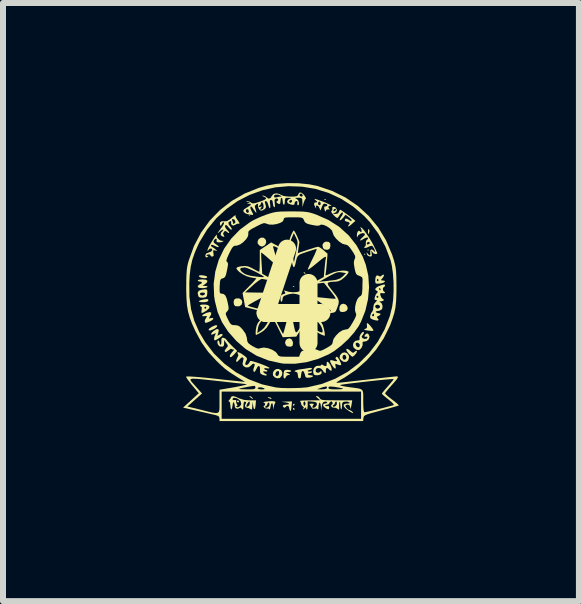
<source format=kicad_pcb>
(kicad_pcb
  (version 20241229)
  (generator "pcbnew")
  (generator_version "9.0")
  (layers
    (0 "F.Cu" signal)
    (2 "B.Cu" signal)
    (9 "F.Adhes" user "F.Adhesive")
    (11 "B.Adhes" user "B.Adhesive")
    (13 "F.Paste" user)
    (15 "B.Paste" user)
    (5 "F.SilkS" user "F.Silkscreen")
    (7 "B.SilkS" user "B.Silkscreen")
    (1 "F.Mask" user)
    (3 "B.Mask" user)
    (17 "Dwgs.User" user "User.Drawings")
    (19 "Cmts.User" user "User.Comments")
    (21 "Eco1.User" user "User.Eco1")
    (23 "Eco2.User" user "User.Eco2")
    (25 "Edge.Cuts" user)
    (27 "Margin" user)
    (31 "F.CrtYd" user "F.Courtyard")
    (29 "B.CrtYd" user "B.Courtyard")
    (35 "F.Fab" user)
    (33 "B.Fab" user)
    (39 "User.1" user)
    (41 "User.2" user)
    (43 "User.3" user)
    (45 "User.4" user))
  (footprint "4"
    (layer "F.Cu")
    (at 1.803 1.985)
    (property "Reference" "4" (at 0 0 0) (layer "F.SilkS") (effects (font (size 1.5 1.5) (thickness 0.3))))
    (attr board_only exclude_from_pos_files exclude_from_bom)
    (fp_poly (pts (xy -0.689 -1.442) (xy -0.698 -1.433) (xy -0.708 -1.442) (xy -0.698 -1.451)) (stroke (width 0) (type solid)) (fill yes) (layer "F.SilkS"))
    (fp_poly (pts (xy 0.272 -0.209) (xy 0.263 -0.2) (xy 0.254 -0.209) (xy 0.263 -0.218)) (stroke (width 0) (type solid)) (fill yes) (layer "F.SilkS"))
    (fp_poly (pts (xy 0.048 -0.266) (xy 0.046 -0.255) (xy 0.036 -0.254) (xy 0.021 -0.261) (xy 0.024 -0.266) (xy 0.046 -0.268)) (stroke (width 0) (type solid)) (fill yes) (layer "F.SilkS"))
    (fp_poly (pts (xy 0.23 -0.248) (xy 0.232 -0.226) (xy 0.23 -0.224) (xy 0.219 -0.226) (xy 0.218 -0.236) (xy 0.224 -0.251)) (stroke (width 0) (type solid)) (fill yes) (layer "F.SilkS"))
    (fp_poly (pts (xy 0.575 -1.718) (xy 0.572 -1.707) (xy 0.562 -1.705) (xy 0.547 -1.712) (xy 0.55 -1.718) (xy 0.572 -1.72)) (stroke (width 0) (type solid)) (fill yes) (layer "F.SilkS"))
    (fp_poly (pts (xy 1.228 -0.81) (xy 1.23 -0.789) (xy 1.228 -0.786) (xy 1.217 -0.789) (xy 1.216 -0.798) (xy 1.222 -0.813)) (stroke (width 0) (type solid)) (fill yes) (layer "F.SilkS"))
    (fp_poly (pts (xy 1.282 -0.883) (xy 1.284 -0.861) (xy 1.282 -0.859) (xy 1.271 -0.861) (xy 1.27 -0.871) (xy 1.277 -0.886)) (stroke (width 0) (type solid)) (fill yes) (layer "F.SilkS"))
    (fp_poly (pts (xy -0.668 1.573) (xy -0.653 1.587) (xy -0.637 1.611) (xy -0.648 1.609) (xy -0.679 1.587) (xy -0.699 1.567) (xy -0.695 1.56)) (stroke (width 0) (type solid)) (fill yes) (layer "F.SilkS"))
    (fp_poly (pts (xy -0.135 -0.26) (xy -0.138 -0.246) (xy -0.153 -0.22) (xy -0.162 -0.225) (xy -0.163 -0.235) (xy -0.15 -0.259) (xy -0.145 -0.263)) (stroke (width 0) (type solid)) (fill yes) (layer "F.SilkS"))
    (fp_poly (pts (xy 0.215 -0.501) (xy 0.234 -0.484) (xy 0.236 -0.48) (xy 0.227 -0.472) (xy 0.209 -0.489) (xy 0.207 -0.493) (xy 0.205 -0.505)) (stroke (width 0) (type solid)) (fill yes) (layer "F.SilkS"))
    (fp_poly (pts (xy -0.871 1.647) (xy -0.871 1.651) (xy -0.885 1.669) (xy -0.889 1.669) (xy -0.907 1.655) (xy -0.907 1.651) (xy -0.893 1.633) (xy -0.889 1.633)) (stroke (width 0) (type solid)) (fill yes) (layer "F.SilkS"))
    (fp_poly (pts (xy -0.345 1.588) (xy -0.336 1.597) (xy -0.329 1.611) (xy -0.339 1.61) (xy -0.372 1.597) (xy -0.395 1.585) (xy -0.384 1.58) (xy -0.378 1.58)) (stroke (width 0) (type solid)) (fill yes) (layer "F.SilkS"))
    (fp_poly (pts (xy -0.133 -0.496) (xy -0.136 -0.49) (xy -0.153 -0.473) (xy -0.156 -0.472) (xy -0.158 -0.483) (xy -0.154 -0.49) (xy -0.137 -0.507) (xy -0.134 -0.508)) (stroke (width 0) (type solid)) (fill yes) (layer "F.SilkS"))
    (fp_poly (pts (xy 0.054 1.773) (xy 0.054 1.778) (xy 0.048 1.796) (xy 0.046 1.796) (xy 0.031 1.783) (xy 0.027 1.778) (xy 0.029 1.761) (xy 0.035 1.76)) (stroke (width 0) (type solid)) (fill yes) (layer "F.SilkS"))
    (fp_poly (pts (xy 0.054 1.701) (xy 0.054 1.705) (xy 0.04 1.723) (xy 0.035 1.724) (xy 0.024 1.712) (xy 0.027 1.705) (xy 0.044 1.688) (xy 0.046 1.687)) (stroke (width 0) (type solid)) (fill yes) (layer "F.SilkS"))
    (fp_poly (pts (xy 1.294 -1.217) (xy 1.302 -1.184) (xy 1.294 -1.158) (xy 1.282 -1.134) (xy 1.277 -1.14) (xy 1.276 -1.176) (xy 1.28 -1.215) (xy 1.293 -1.218)) (stroke (width 0) (type solid)) (fill yes) (layer "F.SilkS"))
    (fp_poly (pts (xy 0.316 -0.367) (xy 0.305 -0.336) (xy 0.285 -0.303) (xy 0.265 -0.289) (xy 0.255 -0.299) (xy 0.255 -0.304) (xy 0.265 -0.329) (xy 0.288 -0.36) (xy 0.31 -0.38) (xy 0.315 -0.381)) (stroke (width 0) (type solid)) (fill yes) (layer "F.SilkS"))
    (fp_poly (pts (xy -1.449 -0.445) (xy -1.414 -0.434) (xy -1.401 -0.422) (xy -1.41 -0.406) (xy -1.446 -0.401) (xy -1.5 -0.409) (xy -1.51 -0.412) (xy -1.537 -0.427) (xy -1.542 -0.438) (xy -1.527 -0.449) (xy -1.492 -0.451)) (stroke (width 0) (type solid)) (fill yes) (layer "F.SilkS"))
    (fp_poly (pts (xy -0.219 -0.366) (xy -0.211 -0.349) (xy -0.195 -0.309) (xy -0.189 -0.295) (xy -0.189 -0.275) (xy -0.195 -0.272) (xy -0.214 -0.287) (xy -0.233 -0.318) (xy -0.25 -0.359) (xy -0.252 -0.377) (xy -0.238 -0.381)) (stroke (width 0) (type solid)) (fill yes) (layer "F.SilkS"))
    (fp_poly (pts (xy 0.624 -1.005) (xy 0.647 -0.982) (xy 0.65 -0.937) (xy 0.639 -0.895) (xy 0.613 -0.877) (xy 0.595 -0.874) (xy 0.549 -0.881) (xy 0.527 -0.905) (xy 0.517 -0.953) (xy 0.536 -0.991) (xy 0.574 -1.011)) (stroke (width 0) (type solid)) (fill yes) (layer "F.SilkS"))
    (fp_poly (pts (xy -1.385 -0.048) (xy -1.384 -0.027) (xy -1.387 -0.019) (xy -1.41 -0.008) (xy -1.451 -0.001) (xy -1.495 -0.001) (xy -1.53 -0.007) (xy -1.542 -0.017) (xy -1.526 -0.029) (xy -1.489 -0.041) (xy -1.443 -0.05) (xy -1.403 -0.053)) (stroke (width 0) (type solid)) (fill yes) (layer "F.SilkS"))
    (fp_poly (pts (xy -1.234 0.389) (xy -1.241 0.41) (xy -1.272 0.435) (xy -1.287 0.444) (xy -1.343 0.468) (xy -1.373 0.468) (xy -1.379 0.454) (xy -1.364 0.435) (xy -1.329 0.411) (xy -1.288 0.391) (xy -1.255 0.381) (xy -1.253 0.381)) (stroke (width 0) (type solid)) (fill yes) (layer "F.SilkS"))
    (fp_poly (pts (xy -0.865 -0.064) (xy -0.829 -0.039) (xy -0.816 -0.001) (xy -0.831 0.043) (xy -0.87 0.067) (xy -0.923 0.066) (xy -0.939 0.061) (xy -0.955 0.038) (xy -0.962 -0.001) (xy -0.954 -0.043) (xy -0.924 -0.063) (xy -0.916 -0.065)) (stroke (width 0) (type solid)) (fill yes) (layer "F.SilkS"))
    (fp_poly (pts (xy 0.007 0.621) (xy 0.026 0.665) (xy 0.027 0.682) (xy 0.021 0.722) (xy -0.004 0.738) (xy -0.02 0.74) (xy -0.064 0.735) (xy -0.089 0.718) (xy -0.106 0.674) (xy -0.091 0.63) (xy -0.068 0.61) (xy -0.027 0.6)) (stroke (width 0) (type solid)) (fill yes) (layer "F.SilkS"))
    (fp_poly (pts (xy -0.454 -1.07) (xy -0.424 -1.038) (xy -0.419 -0.994) (xy -0.438 -0.955) (xy -0.452 -0.944) (xy -0.483 -0.929) (xy -0.504 -0.93) (xy -0.531 -0.945) (xy -0.56 -0.977) (xy -0.562 -1.016) (xy -0.544 -1.052) (xy -0.511 -1.075) (xy -0.469 -1.077)) (stroke (width 0) (type solid)) (fill yes) (layer "F.SilkS"))
    (fp_poly (pts (xy 0.902 0.035) (xy 0.93 0.065) (xy 0.939 0.104) (xy 0.925 0.137) (xy 0.891 0.157) (xy 0.847 0.163) (xy 0.812 0.153) (xy 0.81 0.151) (xy 0.799 0.118) (xy 0.803 0.074) (xy 0.823 0.039) (xy 0.825 0.037) (xy 0.864 0.023)) (stroke (width 0) (type solid)) (fill yes) (layer "F.SilkS"))
    (fp_poly (pts (xy 0.96 0.79) (xy 0.979 0.807) (xy 1.013 0.836) (xy 1.034 0.841) (xy 1.052 0.826) (xy 1.078 0.808) (xy 1.092 0.809) (xy 1.092 0.827) (xy 1.074 0.857) (xy 1.048 0.887) (xy 1.023 0.906) (xy 1.016 0.907) (xy 0.998 0.895) (xy 0.965 0.866) (xy 0.954 0.854) (xy 0.922 0.812) (xy 0.914 0.783) (xy 0.928 0.774)) (stroke (width 0) (type solid)) (fill yes) (layer "F.SilkS"))
    (fp_poly (pts (xy 1.284 0.359) (xy 1.313 0.389) (xy 1.342 0.425) (xy 1.363 0.457) (xy 1.367 0.475) (xy 1.366 0.475) (xy 1.341 0.477) (xy 1.294 0.473) (xy 1.27 0.47) (xy 1.223 0.462) (xy 1.209 0.455) (xy 1.224 0.447) (xy 1.229 0.445) (xy 1.258 0.426) (xy 1.26 0.392) (xy 1.259 0.388) (xy 1.256 0.356) (xy 1.263 0.346)) (stroke (width 0) (type solid)) (fill yes) (layer "F.SilkS"))
    (fp_poly (pts (xy -0.018 1.131) (xy -0.001 1.144) (xy -0.014 1.157) (xy -0.05 1.162) (xy -0.1 1.163) (xy -0.054 1.184) (xy -0.023 1.198) (xy -0.024 1.206) (xy -0.05 1.211) (xy -0.082 1.226) (xy -0.091 1.244) (xy -0.104 1.267) (xy -0.114 1.27) (xy -0.129 1.256) (xy -0.131 1.212) (xy -0.13 1.197) (xy -0.123 1.151) (xy -0.109 1.13) (xy -0.076 1.125) (xy -0.062 1.125)) (stroke (width 0) (type solid)) (fill yes) (layer "F.SilkS"))
    (fp_poly (pts (xy -0.169 1.131) (xy -0.149 1.172) (xy -0.159 1.223) (xy -0.192 1.261) (xy -0.238 1.266) (xy -0.277 1.25) (xy -0.306 1.217) (xy -0.307 1.191) (xy -0.266 1.191) (xy -0.261 1.218) (xy -0.239 1.231) (xy -0.216 1.216) (xy -0.203 1.182) (xy -0.208 1.15) (xy -0.224 1.143) (xy -0.252 1.158) (xy -0.266 1.191) (xy -0.307 1.191) (xy -0.308 1.176) (xy -0.289 1.138) (xy -0.253 1.113) (xy -0.216 1.11)) (stroke (width 0) (type solid)) (fill yes) (layer "F.SilkS"))
    (fp_poly (pts (xy 0.927 0.848) (xy 0.955 0.883) (xy 0.962 0.916) (xy 0.948 0.966) (xy 0.915 0.993) (xy 0.87 0.992) (xy 0.825 0.961) (xy 0.803 0.927) (xy 0.806 0.912) (xy 0.851 0.912) (xy 0.86 0.943) (xy 0.865 0.95) (xy 0.891 0.958) (xy 0.911 0.938) (xy 0.916 0.915) (xy 0.902 0.883) (xy 0.884 0.874) (xy 0.861 0.883) (xy 0.851 0.912) (xy 0.806 0.912) (xy 0.808 0.891) (xy 0.813 0.88) (xy 0.845 0.844) (xy 0.887 0.834)) (stroke (width 0) (type solid)) (fill yes) (layer "F.SilkS"))
    (fp_poly (pts (xy -1.421 -0.375) (xy -1.397 -0.357) (xy -1.407 -0.329) (xy -1.438 -0.303) (xy -1.479 -0.274) (xy -1.438 -0.273) (xy -1.402 -0.268) (xy -1.396 -0.257) (xy -1.415 -0.245) (xy -1.454 -0.237) (xy -1.479 -0.236) (xy -1.533 -0.24) (xy -1.558 -0.253) (xy -1.56 -0.262) (xy -1.545 -0.288) (xy -1.524 -0.299) (xy -1.495 -0.316) (xy -1.488 -0.328) (xy -1.503 -0.342) (xy -1.524 -0.345) (xy -1.553 -0.352) (xy -1.56 -0.363) (xy -1.544 -0.374) (xy -1.503 -0.38) (xy -1.479 -0.381)) (stroke (width 0) (type solid)) (fill yes) (layer "F.SilkS"))
    (fp_poly (pts (xy 0.776 0.922) (xy 0.798 0.956) (xy 0.818 0.998) (xy 0.83 1.033) (xy 0.828 1.046) (xy 0.805 1.048) (xy 0.771 1.037) (xy 0.739 1.025) (xy 0.731 1.035) (xy 0.736 1.062) (xy 0.74 1.097) (xy 0.727 1.105) (xy 0.703 1.084) (xy 0.672 1.041) (xy 0.647 0.991) (xy 0.647 0.966) (xy 0.674 0.964) (xy 0.708 0.974) (xy 0.746 0.983) (xy 0.763 0.976) (xy 0.754 0.959) (xy 0.744 0.952) (xy 0.734 0.931) (xy 0.747 0.911) (xy 0.759 0.907)) (stroke (width 0) (type solid)) (fill yes) (layer "F.SilkS"))
    (fp_poly (pts (xy -1.412 -0.214) (xy -1.4 -0.194) (xy -1.4 -0.152) (xy -1.4 -0.15) (xy -1.407 -0.105) (xy -1.425 -0.084) (xy -1.464 -0.077) (xy -1.472 -0.076) (xy -1.522 -0.078) (xy -1.547 -0.096) (xy -1.549 -0.1) (xy -1.557 -0.136) (xy -1.523 -0.136) (xy -1.511 -0.12) (xy -1.482 -0.112) (xy -1.45 -0.124) (xy -1.438 -0.141) (xy -1.447 -0.158) (xy -1.477 -0.163) (xy -1.516 -0.156) (xy -1.523 -0.136) (xy -1.557 -0.136) (xy -1.561 -0.155) (xy -1.545 -0.19) (xy -1.504 -0.206) (xy -1.444 -0.216)) (stroke (width 0) (type solid)) (fill yes) (layer "F.SilkS"))
    (fp_poly (pts (xy -1.335 0.171) (xy -1.336 0.201) (xy -1.355 0.236) (xy -1.373 0.264) (xy -1.368 0.27) (xy -1.347 0.264) (xy -1.31 0.26) (xy -1.299 0.272) (xy -1.313 0.293) (xy -1.351 0.316) (xy -1.353 0.317) (xy -1.4 0.336) (xy -1.423 0.343) (xy -1.435 0.338) (xy -1.442 0.327) (xy -1.441 0.301) (xy -1.424 0.266) (xy -1.406 0.236) (xy -1.413 0.227) (xy -1.442 0.231) (xy -1.479 0.233) (xy -1.486 0.222) (xy -1.466 0.202) (xy -1.422 0.179) (xy -1.416 0.177) (xy -1.362 0.163)) (stroke (width 0) (type solid)) (fill yes) (layer "F.SilkS"))
    (fp_poly (pts (xy -1.425 0.039) (xy -1.389 0.047) (xy -1.363 0.069) (xy -1.37 0.1) (xy -1.41 0.136) (xy -1.422 0.144) (xy -1.47 0.172) (xy -1.494 0.178) (xy -1.499 0.161) (xy -1.494 0.127) (xy -1.492 0.091) (xy -1.451 0.091) (xy -1.438 0.108) (xy -1.433 0.109) (xy -1.416 0.095) (xy -1.415 0.091) (xy -1.429 0.073) (xy -1.433 0.073) (xy -1.451 0.086) (xy -1.451 0.091) (xy -1.492 0.091) (xy -1.492 0.085) (xy -1.504 0.073) (xy -1.523 0.06) (xy -1.524 0.054) (xy -1.508 0.042) (xy -1.471 0.037)) (stroke (width 0) (type solid)) (fill yes) (layer "F.SilkS"))
    (fp_poly (pts (xy -1.209 0.474) (xy -1.223 0.53) (xy -1.225 0.535) (xy -1.232 0.559) (xy -1.221 0.554) (xy -1.215 0.549) (xy -1.182 0.53) (xy -1.154 0.528) (xy -1.143 0.543) (xy -1.157 0.561) (xy -1.19 0.587) (xy -1.23 0.614) (xy -1.265 0.632) (xy -1.277 0.635) (xy -1.287 0.62) (xy -1.288 0.607) (xy -1.28 0.568) (xy -1.269 0.542) (xy -1.257 0.517) (xy -1.269 0.517) (xy -1.288 0.526) (xy -1.326 0.54) (xy -1.339 0.531) (xy -1.326 0.507) (xy -1.297 0.479) (xy -1.248 0.448) (xy -1.218 0.446)) (stroke (width 0) (type solid)) (fill yes) (layer "F.SilkS"))
    (fp_poly (pts (xy 0.004 1.719) (xy -0.002 1.776) (xy -0.008 1.804) (xy -0.015 1.809) (xy -0.023 1.803) (xy -0.034 1.776) (xy -0.036 1.757) (xy -0.049 1.73) (xy -0.074 1.724) (xy -0.094 1.743) (xy -0.095 1.745) (xy -0.113 1.757) (xy -0.124 1.753) (xy -0.145 1.73) (xy -0.133 1.713) (xy -0.092 1.705) (xy -0.091 1.705) (xy -0.048 1.701) (xy -0.037 1.689) (xy -0.056 1.676) (xy -0.101 1.666) (xy -0.113 1.664) (xy -0.153 1.66) (xy -0.161 1.658) (xy -0.136 1.656) (xy -0.09 1.654) (xy 0.011 1.651)) (stroke (width 0) (type solid)) (fill yes) (layer "F.SilkS"))
    (fp_poly (pts (xy 1.543 -0.453) (xy 1.535 -0.427) (xy 1.512 -0.396) (xy 1.493 -0.371) (xy 1.502 -0.364) (xy 1.523 -0.363) (xy 1.555 -0.357) (xy 1.558 -0.344) (xy 1.538 -0.328) (xy 1.5 -0.316) (xy 1.473 -0.312) (xy 1.425 -0.31) (xy 1.403 -0.318) (xy 1.397 -0.345) (xy 1.397 -0.368) (xy 1.423 -0.368) (xy 1.425 -0.362) (xy 1.443 -0.346) (xy 1.451 -0.364) (xy 1.451 -0.373) (xy 1.443 -0.392) (xy 1.433 -0.39) (xy 1.423 -0.368) (xy 1.397 -0.368) (xy 1.397 -0.37) (xy 1.404 -0.422) (xy 1.423 -0.448) (xy 1.449 -0.444) (xy 1.456 -0.438) (xy 1.481 -0.429) (xy 1.509 -0.448) (xy 1.534 -0.463)) (stroke (width 0) (type solid)) (fill yes) (layer "F.SilkS"))
    (fp_poly (pts (xy -0.113 -0.196) (xy -0.1 -0.191) (xy -0.04 -0.174) (xy 0.029 -0.167) (xy 0.093 -0.171) (xy 0.127 -0.181) (xy 0.16 -0.192) (xy 0.18 -0.189) (xy 0.179 -0.175) (xy 0.166 -0.165) (xy 0.159 -0.151) (xy 0.185 -0.135) (xy 0.198 -0.13) (xy 0.237 -0.111) (xy 0.251 -0.082) (xy 0.251 -0.051) (xy 0.249 -0.014) (xy 0.246 -0.012) (xy 0.241 -0.039) (xy 0.229 -0.073) (xy 0.199 -0.097) (xy 0.15 -0.117) (xy 0.078 -0.138) (xy 0.022 -0.144) (xy -0.037 -0.135) (xy -0.075 -0.124) (xy -0.123 -0.105) (xy -0.143 -0.08) (xy -0.145 -0.062) (xy -0.152 -0.024) (xy -0.163 -0.009) (xy -0.176 -0.017) (xy -0.181 -0.053) (xy -0.181 -0.06) (xy -0.177 -0.105) (xy -0.157 -0.127) (xy -0.134 -0.135) (xy -0.103 -0.146) (xy -0.102 -0.163) (xy -0.112 -0.177) (xy -0.126 -0.197)) (stroke (width 0) (type solid)) (fill yes) (layer "F.SilkS"))
    (fp_poly (pts (xy 0.345 1.104) (xy 0.33 1.121) (xy 0.308 1.125) (xy 0.279 1.133) (xy 0.272 1.144) (xy 0.286 1.155) (xy 0.308 1.152) (xy 0.338 1.15) (xy 0.345 1.16) (xy 0.33 1.176) (xy 0.308 1.179) (xy 0.279 1.187) (xy 0.272 1.197) (xy 0.288 1.211) (xy 0.318 1.216) (xy 0.355 1.221) (xy 0.361 1.233) (xy 0.338 1.247) (xy 0.299 1.255) (xy 0.256 1.257) (xy 0.236 1.243) (xy 0.225 1.205) (xy 0.225 1.203) (xy 0.208 1.156) (xy 0.187 1.143) (xy 0.17 1.162) (xy 0.163 1.206) (xy 0.157 1.253) (xy 0.139 1.27) (xy 0.136 1.27) (xy 0.114 1.254) (xy 0.109 1.216) (xy 0.101 1.172) (xy 0.082 1.161) (xy 0.057 1.153) (xy 0.054 1.145) (xy 0.071 1.134) (xy 0.112 1.123) (xy 0.148 1.117) (xy 0.213 1.108) (xy 0.273 1.098) (xy 0.293 1.094) (xy 0.333 1.093)) (stroke (width 0) (type solid)) (fill yes) (layer "F.SilkS"))
    (fp_poly (pts (xy -0.28 1.65) (xy -0.265 1.664) (xy -0.27 1.676) (xy -0.285 1.708) (xy -0.295 1.751) (xy -0.3 1.78) (xy -0.303 1.778) (xy -0.305 1.741) (xy -0.306 1.734) (xy -0.312 1.69) (xy -0.324 1.679) (xy -0.338 1.701) (xy -0.35 1.751) (xy -0.356 1.782) (xy -0.36 1.786) (xy -0.36 1.784) (xy -0.377 1.771) (xy -0.396 1.772) (xy -0.434 1.766) (xy -0.453 1.752) (xy -0.458 1.742) (xy -0.435 1.742) (xy -0.431 1.758) (xy -0.41 1.756) (xy -0.392 1.749) (xy -0.371 1.729) (xy -0.363 1.698) (xy -0.369 1.674) (xy -0.381 1.669) (xy -0.397 1.684) (xy -0.399 1.696) (xy -0.409 1.721) (xy -0.417 1.724) (xy -0.435 1.737) (xy -0.435 1.742) (xy -0.458 1.742) (xy -0.465 1.728) (xy -0.456 1.724) (xy -0.437 1.712) (xy -0.438 1.689) (xy -0.456 1.669) (xy -0.467 1.666) (xy -0.47 1.663) (xy -0.442 1.657) (xy -0.408 1.652) (xy -0.329 1.646)) (stroke (width 0) (type solid)) (fill yes) (layer "F.SilkS"))
    (fp_poly (pts (xy 0.615 0.997) (xy 0.64 1.03) (xy 0.652 1.051) (xy 0.67 1.098) (xy 0.672 1.131) (xy 0.66 1.142) (xy 0.637 1.127) (xy 0.627 1.115) (xy 0.599 1.094) (xy 0.578 1.103) (xy 0.574 1.137) (xy 0.575 1.143) (xy 0.576 1.173) (xy 0.56 1.177) (xy 0.537 1.158) (xy 0.523 1.135) (xy 0.495 1.105) (xy 0.457 1.093) (xy 0.421 1.102) (xy 0.403 1.13) (xy 0.41 1.16) (xy 0.436 1.175) (xy 0.465 1.169) (xy 0.473 1.16) (xy 0.492 1.145) (xy 0.505 1.157) (xy 0.502 1.187) (xy 0.502 1.188) (xy 0.478 1.206) (xy 0.437 1.216) (xy 0.395 1.213) (xy 0.375 1.203) (xy 0.366 1.178) (xy 0.363 1.141) (xy 0.377 1.095) (xy 0.411 1.063) (xy 0.453 1.056) (xy 0.463 1.059) (xy 0.489 1.055) (xy 0.495 1.047) (xy 0.508 1.035) (xy 0.531 1.049) (xy 0.564 1.064) (xy 0.587 1.055) (xy 0.588 1.026) (xy 0.588 1.026) (xy 0.59 0.997) (xy 0.597 0.99)) (stroke (width 0) (type solid)) (fill yes) (layer "F.SilkS"))
    (fp_poly (pts (xy -1.099 0.604) (xy -1.081 0.624) (xy -1.058 0.654) (xy -1.017 0.698) (xy -0.982 0.734) (xy -0.902 0.81) (xy -0.956 0.871) (xy -0.994 0.907) (xy -1.017 0.915) (xy -1.024 0.909) (xy -1.022 0.88) (xy -0.994 0.838) (xy -0.986 0.83) (xy -0.96 0.799) (xy -0.952 0.786) (xy -0.956 0.787) (xy -0.982 0.786) (xy -0.989 0.779) (xy -1.01 0.775) (xy -1.044 0.799) (xy -1.082 0.825) (xy -1.107 0.826) (xy -1.111 0.806) (xy -1.088 0.77) (xy -1.087 0.769) (xy -1.061 0.737) (xy -1.059 0.715) (xy -1.074 0.694) (xy -1.101 0.657) (xy -1.113 0.635) (xy -1.119 0.632) (xy -1.12 0.659) (xy -1.12 0.671) (xy -1.122 0.717) (xy -1.139 0.737) (xy -1.148 0.74) (xy -1.19 0.735) (xy -1.207 0.725) (xy -1.227 0.696) (xy -1.233 0.662) (xy -1.225 0.638) (xy -1.216 0.635) (xy -1.201 0.65) (xy -1.197 0.671) (xy -1.19 0.701) (xy -1.179 0.708) (xy -1.168 0.692) (xy -1.165 0.653) (xy -1.166 0.649) (xy -1.165 0.607) (xy -1.149 0.591) (xy -1.136 0.59)) (stroke (width 0) (type solid)) (fill yes) (layer "F.SilkS"))
    (fp_poly (pts (xy 1.208 0.494) (xy 1.208 0.516) (xy 1.191 0.542) (xy 1.171 0.569) (xy 1.177 0.588) (xy 1.188 0.598) (xy 1.221 0.611) (xy 1.254 0.605) (xy 1.27 0.583) (xy 1.27 0.582) (xy 1.257 0.571) (xy 1.243 0.574) (xy 1.22 0.574) (xy 1.219 0.555) (xy 1.24 0.529) (xy 1.24 0.528) (xy 1.267 0.518) (xy 1.288 0.536) (xy 1.302 0.575) (xy 1.289 0.616) (xy 1.255 0.646) (xy 1.223 0.653) (xy 1.19 0.658) (xy 1.185 0.677) (xy 1.187 0.683) (xy 1.186 0.718) (xy 1.168 0.759) (xy 1.14 0.789) (xy 1.12 0.797) (xy 1.082 0.789) (xy 1.075 0.786) (xy 1.038 0.756) (xy 1.026 0.715) (xy 1.03 0.695) (xy 1.07 0.695) (xy 1.082 0.728) (xy 1.092 0.74) (xy 1.119 0.751) (xy 1.138 0.735) (xy 1.138 0.702) (xy 1.137 0.7) (xy 1.116 0.677) (xy 1.089 0.672) (xy 1.072 0.687) (xy 1.07 0.695) (xy 1.03 0.695) (xy 1.036 0.673) (xy 1.066 0.643) (xy 1.1 0.635) (xy 1.132 0.63) (xy 1.137 0.609) (xy 1.135 0.601) (xy 1.137 0.57) (xy 1.153 0.534) (xy 1.177 0.503) (xy 1.2 0.491)) (stroke (width 0) (type solid)) (fill yes) (layer "F.SilkS"))
    (fp_poly (pts (xy 0.422 -1.714) (xy 0.484 -1.692) (xy 0.497 -1.688) (xy 0.566 -1.661) (xy 0.622 -1.636) (xy 0.656 -1.618) (xy 0.661 -1.614) (xy 0.668 -1.602) (xy 0.649 -1.607) (xy 0.624 -1.605) (xy 0.616 -1.584) (xy 0.628 -1.56) (xy 0.64 -1.553) (xy 0.643 -1.547) (xy 0.622 -1.549) (xy 0.587 -1.544) (xy 0.576 -1.527) (xy 0.57 -1.508) (xy 0.561 -1.522) (xy 0.557 -1.53) (xy 0.545 -1.574) (xy 0.555 -1.594) (xy 0.572 -1.597) (xy 0.596 -1.606) (xy 0.599 -1.615) (xy 0.593 -1.632) (xy 0.591 -1.633) (xy 0.57 -1.638) (xy 0.557 -1.643) (xy 0.534 -1.638) (xy 0.513 -1.601) (xy 0.506 -1.584) (xy 0.491 -1.542) (xy 0.482 -1.531) (xy 0.475 -1.549) (xy 0.472 -1.56) (xy 0.453 -1.597) (xy 0.43 -1.611) (xy 0.408 -1.608) (xy 0.41 -1.584) (xy 0.415 -1.563) (xy 0.405 -1.574) (xy 0.402 -1.579) (xy 0.38 -1.624) (xy 0.381 -1.651) (xy 0.444 -1.651) (xy 0.447 -1.627) (xy 0.449 -1.626) (xy 0.475 -1.615) (xy 0.489 -1.635) (xy 0.49 -1.641) (xy 0.48 -1.671) (xy 0.474 -1.677) (xy 0.456 -1.673) (xy 0.444 -1.651) (xy 0.381 -1.651) (xy 0.382 -1.654) (xy 0.395 -1.662) (xy 0.426 -1.666) (xy 0.431 -1.667) (xy 0.428 -1.679) (xy 0.403 -1.702) (xy 0.399 -1.705) (xy 0.383 -1.72) (xy 0.389 -1.723)) (stroke (width 0) (type solid)) (fill yes) (layer "F.SilkS"))
    (fp_poly (pts (xy -1.239 -1.113) (xy -1.242 -1.107) (xy -1.24 -1.083) (xy -1.216 -1.053) (xy -1.183 -1.03) (xy -1.153 -1.023) (xy -1.15 -1.023) (xy -1.132 -1.024) (xy -1.134 -1.016) (xy -1.158 -1.003) (xy -1.2 -0.998) (xy -1.239 -1.002) (xy -1.247 -1.019) (xy -1.246 -1.024) (xy -1.244 -1.054) (xy -1.26 -1.061) (xy -1.283 -1.042) (xy -1.288 -1.035) (xy -1.297 -1.007) (xy -1.282 -0.985) (xy -1.253 -0.965) (xy -1.219 -0.94) (xy -1.208 -0.922) (xy -1.209 -0.92) (xy -1.231 -0.92) (xy -1.268 -0.936) (xy -1.272 -0.938) (xy -1.311 -0.955) (xy -1.336 -0.956) (xy -1.337 -0.955) (xy -1.337 -0.936) (xy -1.324 -0.925) (xy -1.289 -0.902) (xy -1.261 -0.88) (xy -1.237 -0.859) (xy -1.242 -0.856) (xy -1.267 -0.863) (xy -1.296 -0.868) (xy -1.304 -0.854) (xy -1.298 -0.818) (xy -1.293 -0.778) (xy -1.307 -0.763) (xy -1.338 -0.764) (xy -1.348 -0.779) (xy -1.347 -0.782) (xy -1.358 -0.795) (xy -1.379 -0.798) (xy -1.408 -0.79) (xy -1.415 -0.779) (xy -1.404 -0.769) (xy -1.394 -0.773) (xy -1.382 -0.775) (xy -1.386 -0.765) (xy -1.41 -0.745) (xy -1.429 -0.757) (xy -1.433 -0.781) (xy -1.42 -0.812) (xy -1.38 -0.828) (xy -1.338 -0.844) (xy -1.317 -0.867) (xy -1.322 -0.888) (xy -1.334 -0.896) (xy -1.363 -0.891) (xy -1.378 -0.875) (xy -1.392 -0.854) (xy -1.396 -0.866) (xy -1.396 -0.873) (xy -1.388 -0.899) (xy -1.365 -0.944) (xy -1.334 -0.997) (xy -1.3 -1.051) (xy -1.27 -1.096) (xy -1.248 -1.122) (xy -1.242 -1.125)) (stroke (width 0) (type solid)) (fill yes) (layer "F.SilkS"))
    (fp_poly (pts (xy -0.878 0.833) (xy -0.84 0.851) (xy -0.807 0.873) (xy -0.762 0.907) (xy -0.741 0.93) (xy -0.74 0.952) (xy -0.754 0.981) (xy -0.769 1.022) (xy -0.762 1.043) (xy -0.759 1.045) (xy -0.735 1.042) (xy -0.706 1.015) (xy -0.686 0.978) (xy -0.668 0.977) (xy -0.626 0.988) (xy -0.568 1.006) (xy -0.505 1.028) (xy -0.444 1.052) (xy -0.395 1.074) (xy -0.367 1.09) (xy -0.363 1.095) (xy -0.378 1.103) (xy -0.408 1.099) (xy -0.443 1.097) (xy -0.454 1.106) (xy -0.439 1.123) (xy -0.426 1.125) (xy -0.402 1.135) (xy -0.399 1.144) (xy -0.413 1.155) (xy -0.435 1.152) (xy -0.465 1.149) (xy -0.469 1.162) (xy -0.448 1.183) (xy -0.432 1.191) (xy -0.407 1.208) (xy -0.411 1.218) (xy -0.437 1.219) (xy -0.477 1.209) (xy -0.511 1.19) (xy -0.523 1.161) (xy -0.522 1.128) (xy -0.525 1.078) (xy -0.54 1.059) (xy -0.562 1.073) (xy -0.58 1.106) (xy -0.6 1.144) (xy -0.618 1.161) (xy -0.619 1.161) (xy -0.633 1.147) (xy -0.632 1.112) (xy -0.617 1.07) (xy -0.609 1.036) (xy -0.624 1.021) (xy -0.65 1.03) (xy -0.668 1.049) (xy -0.707 1.081) (xy -0.755 1.086) (xy -0.797 1.063) (xy -0.799 1.06) (xy -0.814 1.027) (xy -0.805 0.983) (xy -0.804 0.979) (xy -0.796 0.936) (xy -0.809 0.917) (xy -0.837 0.925) (xy -0.869 0.958) (xy -0.9 0.99) (xy -0.918 0.991) (xy -0.919 0.966) (xy -0.901 0.926) (xy -0.883 0.883) (xy -0.889 0.862) (xy -0.9 0.84) (xy -0.897 0.833)) (stroke (width 0) (type solid)) (fill yes) (layer "F.SilkS"))
    (fp_poly (pts (xy 0.731 -1.581) (xy 0.736 -1.578) (xy 0.76 -1.541) (xy 0.75 -1.507) (xy 0.721 -1.488) (xy 0.695 -1.477) (xy 0.701 -1.472) (xy 0.732 -1.471) (xy 0.775 -1.479) (xy 0.793 -1.506) (xy 0.805 -1.535) (xy 0.814 -1.542) (xy 0.832 -1.532) (xy 0.869 -1.507) (xy 0.917 -1.472) (xy 0.969 -1.434) (xy 1.017 -1.397) (xy 1.052 -1.369) (xy 1.067 -1.355) (xy 1.067 -1.354) (xy 1.051 -1.342) (xy 1.018 -1.313) (xy 1.002 -1.298) (xy 0.967 -1.271) (xy 0.946 -1.262) (xy 0.943 -1.266) (xy 0.957 -1.293) (xy 0.962 -1.297) (xy 0.973 -1.317) (xy 0.957 -1.335) (xy 0.924 -1.343) (xy 0.895 -1.354) (xy 0.889 -1.37) (xy 0.9 -1.394) (xy 0.929 -1.391) (xy 0.963 -1.369) (xy 0.992 -1.352) (xy 1.005 -1.358) (xy 0.999 -1.379) (xy 0.97 -1.408) (xy 0.959 -1.417) (xy 0.902 -1.458) (xy 0.86 -1.405) (xy 0.83 -1.374) (xy 0.809 -1.364) (xy 0.806 -1.365) (xy 0.808 -1.386) (xy 0.828 -1.42) (xy 0.832 -1.425) (xy 0.855 -1.463) (xy 0.86 -1.491) (xy 0.859 -1.493) (xy 0.841 -1.495) (xy 0.813 -1.466) (xy 0.78 -1.415) (xy 0.766 -1.404) (xy 0.744 -1.414) (xy 0.707 -1.449) (xy 0.707 -1.449) (xy 0.672 -1.491) (xy 0.664 -1.516) (xy 0.671 -1.524) (xy 0.677 -1.534) (xy 0.701 -1.534) (xy 0.702 -1.516) (xy 0.718 -1.518) (xy 0.741 -1.536) (xy 0.744 -1.544) (xy 0.734 -1.56) (xy 0.714 -1.553) (xy 0.701 -1.534) (xy 0.677 -1.534) (xy 0.685 -1.547) (xy 0.682 -1.557) (xy 0.681 -1.58) (xy 0.701 -1.59)) (stroke (width 0) (type solid)) (fill yes) (layer "F.SilkS"))
    (fp_poly (pts (xy 1.177 -1.236) (xy 1.213 -1.195) (xy 1.255 -1.137) (xy 1.301 -1.067) (xy 1.345 -0.994) (xy 1.369 -0.948) (xy 1.399 -0.887) (xy 1.422 -0.84) (xy 1.433 -0.815) (xy 1.433 -0.813) (xy 1.418 -0.806) (xy 1.399 -0.803) (xy 1.366 -0.816) (xy 1.346 -0.84) (xy 1.334 -0.862) (xy 1.332 -0.854) (xy 1.337 -0.821) (xy 1.341 -0.78) (xy 1.329 -0.764) (xy 1.31 -0.762) (xy 1.275 -0.775) (xy 1.263 -0.791) (xy 1.253 -0.825) (xy 1.257 -0.831) (xy 1.271 -0.812) (xy 1.296 -0.784) (xy 1.314 -0.786) (xy 1.316 -0.818) (xy 1.314 -0.824) (xy 1.314 -0.864) (xy 1.332 -0.882) (xy 1.36 -0.87) (xy 1.37 -0.859) (xy 1.391 -0.837) (xy 1.395 -0.846) (xy 1.383 -0.882) (xy 1.376 -0.897) (xy 1.356 -0.931) (xy 1.333 -0.941) (xy 1.295 -0.929) (xy 1.269 -0.916) (xy 1.234 -0.904) (xy 1.214 -0.907) (xy 1.217 -0.922) (xy 1.232 -0.933) (xy 1.241 -0.957) (xy 1.239 -0.981) (xy 1.239 -0.983) (xy 1.256 -0.983) (xy 1.261 -0.964) (xy 1.278 -0.964) (xy 1.304 -0.979) (xy 1.307 -0.989) (xy 1.295 -1.006) (xy 1.271 -1.002) (xy 1.256 -0.983) (xy 1.239 -0.983) (xy 1.244 -1.023) (xy 1.261 -1.041) (xy 1.281 -1.064) (xy 1.273 -1.078) (xy 1.245 -1.077) (xy 1.205 -1.058) (xy 1.197 -1.052) (xy 1.159 -1.03) (xy 1.144 -1.032) (xy 1.154 -1.052) (xy 1.188 -1.085) (xy 1.191 -1.088) (xy 1.224 -1.121) (xy 1.222 -1.144) (xy 1.191 -1.153) (xy 1.15 -1.142) (xy 1.115 -1.117) (xy 1.101 -1.094) (xy 1.095 -1.079) (xy 1.091 -1.099) (xy 1.091 -1.107) (xy 1.095 -1.153) (xy 1.11 -1.184) (xy 1.129 -1.193) (xy 1.141 -1.182) (xy 1.158 -1.168) (xy 1.17 -1.178) (xy 1.17 -1.208) (xy 1.16 -1.225) (xy 1.149 -1.247) (xy 1.154 -1.251)) (stroke (width 0) (type solid)) (fill yes) (layer "F.SilkS"))
    (fp_poly (pts (xy -0.928 -1.443) (xy -0.931 -1.44) (xy -0.927 -1.42) (xy -0.907 -1.384) (xy -0.893 -1.365) (xy -0.868 -1.327) (xy -0.864 -1.31) (xy -0.871 -1.31) (xy -0.906 -1.307) (xy -0.927 -1.294) (xy -0.964 -1.278) (xy -0.993 -1.286) (xy -1.005 -1.315) (xy -1.003 -1.326) (xy -1.002 -1.351) (xy -1.023 -1.35) (xy -1.023 -1.35) (xy -1.049 -1.329) (xy -1.043 -1.296) (xy -1.015 -1.259) (xy -0.993 -1.228) (xy -0.994 -1.209) (xy -0.995 -1.209) (xy -1.015 -1.214) (xy -1.041 -1.243) (xy -1.042 -1.243) (xy -1.068 -1.275) (xy -1.089 -1.288) (xy -1.106 -1.276) (xy -1.101 -1.248) (xy -1.078 -1.214) (xy -1.07 -1.206) (xy -1.043 -1.176) (xy -1.034 -1.156) (xy -1.045 -1.152) (xy -1.068 -1.168) (xy -1.095 -1.188) (xy -1.115 -1.182) (xy -1.124 -1.171) (xy -1.138 -1.141) (xy -1.125 -1.116) (xy -1.114 -1.094) (xy -1.132 -1.092) (xy -1.157 -1.101) (xy -1.178 -1.124) (xy -1.171 -1.158) (xy -1.152 -1.18) (xy -1.133 -1.202) (xy -1.134 -1.212) (xy -1.152 -1.208) (xy -1.184 -1.185) (xy -1.192 -1.178) (xy -1.222 -1.152) (xy -1.229 -1.15) (xy -1.216 -1.171) (xy -1.215 -1.173) (xy -1.185 -1.215) (xy -1.15 -1.263) (xy -1.147 -1.267) (xy -1.123 -1.308) (xy -1.123 -1.332) (xy -1.125 -1.333) (xy -1.144 -1.328) (xy -1.159 -1.303) (xy -1.173 -1.275) (xy -1.182 -1.279) (xy -1.189 -1.295) (xy -1.189 -1.33) (xy -1.162 -1.35) (xy -1.115 -1.35) (xy -1.111 -1.349) (xy -1.072 -1.352) (xy -1.049 -1.366) (xy -0.988 -1.366) (xy -0.981 -1.353) (xy -0.97 -1.327) (xy -0.974 -1.318) (xy -0.972 -1.307) (xy -0.966 -1.306) (xy -0.938 -1.32) (xy -0.934 -1.325) (xy -0.934 -1.352) (xy -0.951 -1.378) (xy -0.975 -1.388) (xy -0.983 -1.386) (xy -0.988 -1.366) (xy -1.049 -1.366) (xy -1.023 -1.381) (xy -1.006 -1.395) (xy -0.966 -1.428) (xy -0.937 -1.449) (xy -0.931 -1.451)) (stroke (width 0) (type solid)) (fill yes) (layer "F.SilkS"))
    (fp_poly (pts (xy -0.913 1.58) (xy -0.88 1.597) (xy -0.787 1.626) (xy -0.699 1.633) (xy -0.589 1.633) (xy -0.596 1.716) (xy -0.604 1.767) (xy -0.616 1.782) (xy -0.629 1.764) (xy -0.639 1.711) (xy -0.64 1.705) (xy -0.644 1.67) (xy -0.647 1.667) (xy -0.649 1.698) (xy -0.65 1.723) (xy -0.654 1.771) (xy -0.662 1.788) (xy -0.675 1.782) (xy -0.712 1.762) (xy -0.728 1.76) (xy -0.764 1.748) (xy -0.771 1.73) (xy -0.751 1.73) (xy -0.743 1.74) (xy -0.729 1.738) (xy -0.703 1.718) (xy -0.693 1.692) (xy -0.694 1.658) (xy -0.708 1.655) (xy -0.73 1.682) (xy -0.738 1.698) (xy -0.751 1.73) (xy -0.771 1.73) (xy -0.774 1.72) (xy -0.764 1.698) (xy -0.753 1.672) (xy -0.756 1.663) (xy -0.78 1.651) (xy -0.794 1.674) (xy -0.799 1.728) (xy -0.801 1.774) (xy -0.807 1.789) (xy -0.82 1.779) (xy -0.823 1.774) (xy -0.848 1.754) (xy -0.867 1.763) (xy -0.896 1.774) (xy -0.927 1.766) (xy -0.942 1.743) (xy -0.941 1.737) (xy -0.945 1.703) (xy -0.954 1.678) (xy -0.965 1.662) (xy -0.972 1.672) (xy -0.979 1.715) (xy -0.98 1.721) (xy -0.988 1.765) (xy -0.998 1.786) (xy -1.002 1.786) (xy -1.012 1.76) (xy -1.016 1.715) (xy -1.016 1.711) (xy -1.022 1.668) (xy -1.038 1.651) (xy -1.039 1.651) (xy -1.051 1.645) (xy -1.042 1.637) (xy -1.028 1.62) (xy -0.98 1.62) (xy -0.965 1.63) (xy -0.945 1.628) (xy -0.919 1.628) (xy -0.92 1.644) (xy -0.917 1.678) (xy -0.907 1.697) (xy -0.894 1.718) (xy -0.906 1.724) (xy -0.919 1.735) (xy -0.916 1.742) (xy -0.894 1.75) (xy -0.865 1.738) (xy -0.841 1.712) (xy -0.835 1.691) (xy -0.848 1.642) (xy -0.89 1.608) (xy -0.91 1.599) (xy -0.956 1.589) (xy -0.978 1.605) (xy -0.98 1.62) (xy -1.028 1.62) (xy -1.019 1.61) (xy -1.011 1.592) (xy -0.993 1.567) (xy -0.963 1.563)) (stroke (width 0) (type solid)) (fill yes) (layer "F.SilkS"))
    (fp_poly (pts (xy 1.56 -0.285) (xy 1.56 -0.28) (xy 1.55 -0.257) (xy 1.542 -0.254) (xy 1.527 -0.239) (xy 1.524 -0.218) (xy 1.532 -0.188) (xy 1.542 -0.181) (xy 1.559 -0.167) (xy 1.56 -0.161) (xy 1.546 -0.149) (xy 1.518 -0.152) (xy 1.487 -0.155) (xy 1.48 -0.138) (xy 1.484 -0.116) (xy 1.499 -0.078) (xy 1.517 -0.06) (xy 1.541 -0.042) (xy 1.533 -0.026) (xy 1.496 -0.016) (xy 1.492 -0.016) (xy 1.465 -0.013) (xy 1.472 -0.006) (xy 1.474 -0.006) (xy 1.504 0.018) (xy 1.519 0.06) (xy 1.514 0.104) (xy 1.506 0.118) (xy 1.471 0.139) (xy 1.439 0.145) (xy 1.41 0.151) (xy 1.406 0.163) (xy 1.432 0.179) (xy 1.452 0.181) (xy 1.483 0.19) (xy 1.483 0.208) (xy 1.454 0.226) (xy 1.45 0.227) (xy 1.424 0.242) (xy 1.431 0.259) (xy 1.453 0.289) (xy 1.443 0.304) (xy 1.406 0.302) (xy 1.355 0.287) (xy 1.319 0.268) (xy 1.311 0.242) (xy 1.315 0.22) (xy 1.315 0.219) (xy 1.343 0.219) (xy 1.356 0.235) (xy 1.361 0.236) (xy 1.377 0.221) (xy 1.379 0.208) (xy 1.37 0.189) (xy 1.361 0.191) (xy 1.343 0.214) (xy 1.343 0.219) (xy 1.315 0.219) (xy 1.331 0.178) (xy 1.348 0.154) (xy 1.363 0.124) (xy 1.364 0.088) (xy 1.367 0.073) (xy 1.396 0.073) (xy 1.41 0.097) (xy 1.439 0.107) (xy 1.468 0.094) (xy 1.479 0.072) (xy 1.463 0.049) (xy 1.438 0.04) (xy 1.405 0.047) (xy 1.396 0.073) (xy 1.367 0.073) (xy 1.375 0.032) (xy 1.399 0.002) (xy 1.425 -0.025) (xy 1.423 -0.035) (xy 1.409 -0.036) (xy 1.388 -0.044) (xy 1.387 -0.072) (xy 1.39 -0.086) (xy 1.392 -0.091) (xy 1.415 -0.091) (xy 1.429 -0.073) (xy 1.433 -0.073) (xy 1.451 -0.086) (xy 1.451 -0.091) (xy 1.438 -0.108) (xy 1.433 -0.109) (xy 1.416 -0.095) (xy 1.415 -0.091) (xy 1.392 -0.091) (xy 1.407 -0.131) (xy 1.427 -0.157) (xy 1.443 -0.175) (xy 1.427 -0.187) (xy 1.425 -0.188) (xy 1.398 -0.209) (xy 1.402 -0.225) (xy 1.458 -0.225) (xy 1.46 -0.218) (xy 1.477 -0.2) (xy 1.48 -0.2) (xy 1.488 -0.214) (xy 1.488 -0.218) (xy 1.474 -0.235) (xy 1.469 -0.236) (xy 1.458 -0.225) (xy 1.402 -0.225) (xy 1.404 -0.235) (xy 1.44 -0.262) (xy 1.479 -0.278) (xy 1.528 -0.294) (xy 1.553 -0.296)) (stroke (width 0) (type solid)) (fill yes) (layer "F.SilkS"))
    (fp_poly (pts (xy 0.454 1.575) (xy 0.472 1.597) (xy 0.482 1.611) (xy 0.498 1.621) (xy 0.527 1.627) (xy 0.573 1.631) (xy 0.644 1.632) (xy 0.744 1.633) (xy 0.752 1.633) (xy 1.014 1.633) (xy 1.003 1.701) (xy 0.993 1.753) (xy 0.985 1.776) (xy 0.981 1.767) (xy 0.98 1.745) (xy 0.966 1.714) (xy 0.934 1.703) (xy 0.901 1.718) (xy 0.902 1.738) (xy 0.922 1.766) (xy 0.951 1.789) (xy 0.971 1.796) (xy 1 1.809) (xy 1.016 1.823) (xy 1.031 1.845) (xy 1.025 1.848) (xy 0.995 1.832) (xy 0.962 1.812) (xy 0.903 1.77) (xy 0.873 1.733) (xy 0.873 1.705) (xy 0.903 1.689) (xy 0.929 1.687) (xy 0.967 1.684) (xy 0.971 1.672) (xy 0.967 1.668) (xy 0.936 1.655) (xy 0.896 1.654) (xy 0.861 1.662) (xy 0.846 1.684) (xy 0.844 1.726) (xy 0.84 1.767) (xy 0.833 1.785) (xy 0.83 1.784) (xy 0.821 1.762) (xy 0.817 1.719) (xy 0.816 1.71) (xy 0.813 1.671) (xy 0.806 1.657) (xy 0.803 1.658) (xy 0.796 1.683) (xy 0.794 1.728) (xy 0.795 1.738) (xy 0.796 1.78) (xy 0.79 1.79) (xy 0.776 1.778) (xy 0.74 1.758) (xy 0.714 1.756) (xy 0.678 1.749) (xy 0.665 1.734) (xy 0.665 1.725) (xy 0.689 1.725) (xy 0.7 1.741) (xy 0.723 1.737) (xy 0.747 1.718) (xy 0.759 1.692) (xy 0.756 1.66) (xy 0.745 1.651) (xy 0.728 1.666) (xy 0.726 1.678) (xy 0.716 1.702) (xy 0.708 1.705) (xy 0.69 1.719) (xy 0.689 1.725) (xy 0.665 1.725) (xy 0.664 1.71) (xy 0.672 1.705) (xy 0.687 1.691) (xy 0.689 1.678) (xy 0.675 1.654) (xy 0.662 1.651) (xy 0.638 1.666) (xy 0.635 1.678) (xy 0.62 1.7) (xy 0.599 1.705) (xy 0.569 1.712) (xy 0.562 1.722) (xy 0.577 1.731) (xy 0.598 1.729) (xy 0.625 1.73) (xy 0.63 1.757) (xy 0.625 1.78) (xy 0.609 1.782) (xy 0.577 1.767) (xy 0.54 1.739) (xy 0.527 1.711) (xy 0.54 1.691) (xy 0.562 1.687) (xy 0.592 1.679) (xy 0.599 1.668) (xy 0.584 1.655) (xy 0.558 1.654) (xy 0.529 1.666) (xy 0.513 1.699) (xy 0.506 1.733) (xy 0.495 1.805) (xy 0.492 1.737) (xy 0.486 1.693) (xy 0.475 1.67) (xy 0.472 1.669) (xy 0.46 1.685) (xy 0.453 1.725) (xy 0.452 1.737) (xy 0.449 1.775) (xy 0.444 1.786) (xy 0.442 1.783) (xy 0.418 1.768) (xy 0.389 1.771) (xy 0.351 1.772) (xy 0.333 1.748) (xy 0.313 1.713) (xy 0.301 1.701) (xy 0.302 1.692) (xy 0.331 1.688) (xy 0.333 1.688) (xy 0.368 1.69) (xy 0.372 1.702) (xy 0.362 1.715) (xy 0.349 1.743) (xy 0.352 1.755) (xy 0.376 1.758) (xy 0.404 1.74) (xy 0.424 1.71) (xy 0.426 1.694) (xy 0.419 1.671) (xy 0.39 1.659) (xy 0.349 1.654) (xy 0.272 1.649) (xy 0.272 1.724) (xy 0.268 1.771) (xy 0.258 1.788) (xy 0.254 1.787) (xy 0.244 1.764) (xy 0.248 1.754) (xy 0.245 1.749) (xy 0.221 1.765) (xy 0.217 1.769) (xy 0.192 1.787) (xy 0.192 1.781) (xy 0.196 1.776) (xy 0.209 1.75) (xy 0.193 1.736) (xy 0.191 1.735) (xy 0.168 1.71) (xy 0.163 1.689) (xy 0.163 1.687) (xy 0.2 1.687) (xy 0.207 1.717) (xy 0.218 1.724) (xy 0.232 1.708) (xy 0.236 1.687) (xy 0.228 1.658) (xy 0.218 1.651) (xy 0.203 1.666) (xy 0.2 1.687) (xy 0.163 1.687) (xy 0.153 1.656) (xy 0.141 1.645) (xy 0.148 1.641) (xy 0.184 1.637) (xy 0.245 1.635) (xy 0.299 1.634) (xy 0.481 1.632) (xy 0.438 1.596) (xy 0.412 1.571) (xy 0.416 1.561) (xy 0.424 1.56)) (stroke (width 0) (type solid)) (fill yes) (layer "F.SilkS"))
    (fp_poly (pts (xy 0.165 -1.827) (xy 0.204 -1.796) (xy 0.218 -1.778) (xy 0.239 -1.743) (xy 0.243 -1.725) (xy 0.24 -1.724) (xy 0.226 -1.708) (xy 0.209 -1.669) (xy 0.205 -1.656) (xy 0.186 -1.587) (xy 0.184 -1.665) (xy 0.181 -1.713) (xy 0.169 -1.735) (xy 0.141 -1.741) (xy 0.113 -1.741) (xy 0.072 -1.739) (xy 0.064 -1.734) (xy 0.085 -1.723) (xy 0.086 -1.723) (xy 0.112 -1.701) (xy 0.126 -1.666) (xy 0.128 -1.634) (xy 0.113 -1.615) (xy 0.108 -1.615) (xy 0.097 -1.629) (xy 0.1 -1.651) (xy 0.101 -1.68) (xy 0.083 -1.687) (xy 0.059 -1.672) (xy 0.054 -1.651) (xy 0.049 -1.626) (xy 0.025 -1.622) (xy 0.005 -1.626) (xy -0.038 -1.639) (xy -0.061 -1.652) (xy -0.07 -1.677) (xy -0.036 -1.677) (xy -0.026 -1.657) (xy -0.004 -1.66) (xy 0.014 -1.684) (xy 0.006 -1.702) (xy -0.008 -1.705) (xy -0.033 -1.691) (xy -0.036 -1.677) (xy -0.07 -1.677) (xy -0.071 -1.68) (xy -0.054 -1.709) (xy -0.018 -1.728) (xy -0.015 -1.729) (xy 0.001 -1.734) (xy -0.02 -1.738) (xy -0.041 -1.739) (xy -0.085 -1.739) (xy -0.104 -1.726) (xy -0.109 -1.692) (xy -0.109 -1.677) (xy -0.113 -1.636) (xy -0.125 -1.623) (xy -0.127 -1.624) (xy -0.14 -1.648) (xy -0.145 -1.688) (xy -0.15 -1.726) (xy -0.163 -1.742) (xy -0.176 -1.726) (xy -0.181 -1.688) (xy -0.181 -1.687) (xy -0.186 -1.645) (xy -0.204 -1.635) (xy -0.236 -1.653) (xy -0.252 -1.671) (xy -0.24 -1.681) (xy -0.219 -1.701) (xy -0.222 -1.723) (xy -0.247 -1.73) (xy -0.252 -1.729) (xy -0.274 -1.718) (xy -0.28 -1.691) (xy -0.277 -1.647) (xy -0.273 -1.599) (xy -0.28 -1.583) (xy -0.288 -1.586) (xy -0.303 -1.612) (xy -0.308 -1.652) (xy -0.316 -1.694) (xy -0.337 -1.705) (xy -0.355 -1.699) (xy -0.359 -1.674) (xy -0.353 -1.631) (xy -0.35 -1.583) (xy -0.358 -1.566) (xy -0.372 -1.582) (xy -0.387 -1.629) (xy -0.387 -1.632) (xy -0.403 -1.672) (xy -0.425 -1.687) (xy -0.441 -1.681) (xy -0.44 -1.657) (xy -0.432 -1.632) (xy -0.422 -1.59) (xy -0.432 -1.564) (xy -0.447 -1.551) (xy -0.483 -1.53) (xy -0.503 -1.525) (xy -0.529 -1.539) (xy -0.55 -1.574) (xy -0.555 -1.597) (xy -0.544 -1.597) (xy -0.531 -1.588) (xy -0.513 -1.591) (xy -0.491 -1.597) (xy -0.497 -1.583) (xy -0.506 -1.573) (xy -0.521 -1.549) (xy -0.51 -1.542) (xy -0.503 -1.542) (xy -0.473 -1.557) (xy -0.466 -1.568) (xy -0.462 -1.603) (xy -0.47 -1.642) (xy -0.485 -1.667) (xy -0.492 -1.669) (xy -0.506 -1.654) (xy -0.508 -1.642) (xy -0.518 -1.618) (xy -0.526 -1.615) (xy -0.544 -1.601) (xy -0.544 -1.597) (xy -0.555 -1.597) (xy -0.558 -1.613) (xy -0.555 -1.626) (xy -0.553 -1.642) (xy -0.573 -1.637) (xy -0.582 -1.632) (xy -0.609 -1.605) (xy -0.607 -1.582) (xy -0.592 -1.537) (xy -0.586 -1.515) (xy -0.582 -1.49) (xy -0.593 -1.498) (xy -0.602 -1.509) (xy -0.633 -1.551) (xy -0.646 -1.572) (xy -0.668 -1.596) (xy -0.681 -1.591) (xy -0.682 -1.567) (xy -0.668 -1.529) (xy -0.666 -1.525) (xy -0.641 -1.479) (xy -0.637 -1.457) (xy -0.649 -1.454) (xy -0.675 -1.459) (xy -0.717 -1.464) (xy -0.764 -1.48) (xy -0.793 -1.504) (xy -0.801 -1.527) (xy -0.801 -1.527) (xy -0.758 -1.527) (xy -0.753 -1.506) (xy -0.73 -1.488) (xy -0.711 -1.499) (xy -0.708 -1.514) (xy -0.718 -1.544) (xy -0.724 -1.55) (xy -0.746 -1.549) (xy -0.758 -1.527) (xy -0.801 -1.527) (xy -0.789 -1.547) (xy -0.75 -1.573) (xy -0.742 -1.577) (xy -0.694 -1.608) (xy -0.673 -1.631) (xy -0.682 -1.642) (xy -0.712 -1.64) (xy -0.74 -1.635) (xy -0.733 -1.641) (xy -0.717 -1.649) (xy -0.693 -1.662) (xy -0.702 -1.668) (xy -0.726 -1.67) (xy -0.753 -1.674) (xy -0.745 -1.68) (xy -0.738 -1.682) (xy -0.699 -1.678) (xy -0.674 -1.663) (xy -0.655 -1.65) (xy -0.63 -1.647) (xy -0.59 -1.655) (xy -0.527 -1.675) (xy -0.521 -1.677) (xy -0.455 -1.702) (xy -0.423 -1.722) (xy -0.423 -1.74) (xy -0.455 -1.758) (xy -0.472 -1.765) (xy -0.488 -1.774) (xy -0.47 -1.777) (xy -0.469 -1.777) (xy -0.434 -1.765) (xy -0.417 -1.751) (xy -0.381 -1.726) (xy -0.348 -1.735) (xy -0.328 -1.767) (xy -0.29 -1.767) (xy -0.281 -1.746) (xy -0.249 -1.748) (xy -0.205 -1.758) (xy -0.181 -1.76) (xy -0.163 -1.763) (xy -0.177 -1.775) (xy -0.181 -1.778) (xy -0.223 -1.794) (xy -0.263 -1.794) (xy -0.288 -1.777) (xy -0.29 -1.767) (xy -0.328 -1.767) (xy -0.327 -1.769) (xy -0.297 -1.804) (xy -0.249 -1.815) (xy -0.195 -1.802) (xy -0.171 -1.788) (xy -0.126 -1.77) (xy -0.051 -1.761) (xy -0.016 -1.76) (xy 0.05 -1.761) (xy 0.088 -1.767) (xy 0.107 -1.779) (xy 0.114 -1.796) (xy 0.116 -1.799) (xy 0.138 -1.799) (xy 0.138 -1.774) (xy 0.165 -1.761) (xy 0.175 -1.76) (xy 0.19 -1.773) (xy 0.188 -1.787) (xy 0.167 -1.812) (xy 0.143 -1.806) (xy 0.138 -1.799) (xy 0.116 -1.799) (xy 0.134 -1.827)) (stroke (width 0) (type solid)) (fill yes) (layer "F.SilkS"))
    (fp_poly (pts (xy 0.107 -1.513) (xy 0.187 -1.511) (xy 0.249 -1.505) (xy 0.302 -1.496) (xy 0.355 -1.481) (xy 0.408 -1.463) (xy 0.614 -1.373) (xy 0.797 -1.257) (xy 0.954 -1.115) (xy 1.085 -0.949) (xy 1.189 -0.76) (xy 1.24 -0.626) (xy 1.282 -0.443) (xy 1.294 -0.249) (xy 1.277 -0.051) (xy 1.232 0.143) (xy 1.16 0.324) (xy 1.122 0.396) (xy 1.046 0.503) (xy 0.947 0.615) (xy 0.834 0.72) (xy 0.717 0.81) (xy 0.625 0.866) (xy 0.443 0.944) (xy 0.251 0.998) (xy 0.059 1.024) (xy -0.124 1.022) (xy -0.163 1.017) (xy -0.379 0.97) (xy -0.578 0.891) (xy -0.76 0.779) (xy -0.916 0.644) (xy -1.052 0.49) (xy -1.155 0.332) (xy -1.228 0.163) (xy -1.274 -0.022) (xy -1.286 -0.1) (xy -1.29 -0.202) (xy -1.195 -0.202) (xy -1.192 -0.165) (xy -1.183 -0.148) (xy -1.167 -0.145) (xy -1.126 -0.137) (xy -1.098 -0.111) (xy -1.076 -0.06) (xy -1.061 0.002) (xy -1.048 0.066) (xy -1.045 0.105) (xy -1.052 0.13) (xy -1.069 0.151) (xy -1.07 0.152) (xy -1.088 0.173) (xy -1.093 0.194) (xy -1.084 0.224) (xy -1.06 0.276) (xy -1.056 0.284) (xy -1.028 0.338) (xy -1.005 0.367) (xy -0.978 0.379) (xy -0.941 0.381) (xy -0.896 0.386) (xy -0.859 0.405) (xy -0.817 0.447) (xy -0.81 0.456) (xy -0.763 0.523) (xy -0.742 0.589) (xy -0.74 0.604) (xy -0.734 0.649) (xy -0.718 0.679) (xy -0.683 0.707) (xy -0.645 0.731) (xy -0.59 0.76) (xy -0.553 0.772) (xy -0.522 0.767) (xy -0.513 0.763) (xy -0.457 0.754) (xy -0.387 0.765) (xy -0.318 0.791) (xy -0.262 0.827) (xy -0.238 0.854) (xy -0.223 0.879) (xy -0.206 0.894) (xy -0.178 0.903) (xy -0.133 0.906) (xy -0.061 0.907) (xy -0.04 0.907) (xy 0.129 0.907) (xy 0.147 0.856) (xy 0.161 0.827) (xy 0.184 0.809) (xy 0.227 0.796) (xy 0.276 0.786) (xy 0.346 0.777) (xy 0.393 0.779) (xy 0.43 0.791) (xy 0.435 0.794) (xy 0.462 0.806) (xy 0.489 0.807) (xy 0.526 0.793) (xy 0.584 0.763) (xy 0.585 0.762) (xy 0.644 0.727) (xy 0.676 0.7) (xy 0.688 0.673) (xy 0.689 0.657) (xy 0.704 0.608) (xy 0.743 0.554) (xy 0.794 0.503) (xy 0.85 0.467) (xy 0.898 0.454) (xy 0.929 0.45) (xy 0.954 0.436) (xy 0.98 0.404) (xy 1.015 0.347) (xy 1.024 0.332) (xy 1.059 0.268) (xy 1.077 0.225) (xy 1.08 0.197) (xy 1.072 0.177) (xy 1.06 0.133) (xy 1.063 0.071) (xy 1.077 0.005) (xy 1.1 -0.053) (xy 1.129 -0.09) (xy 1.137 -0.095) (xy 1.16 -0.11) (xy 1.174 -0.134) (xy 1.18 -0.178) (xy 1.183 -0.23) (xy 1.184 -0.297) (xy 1.186 -0.355) (xy 1.187 -0.385) (xy 1.177 -0.418) (xy 1.141 -0.438) (xy 1.131 -0.441) (xy 1.099 -0.454) (xy 1.079 -0.474) (xy 1.065 -0.512) (xy 1.053 -0.567) (xy 1.042 -0.637) (xy 1.042 -0.683) (xy 1.053 -0.717) (xy 1.054 -0.719) (xy 1.064 -0.745) (xy 1.061 -0.773) (xy 1.042 -0.811) (xy 1.01 -0.861) (xy 0.969 -0.918) (xy 0.937 -0.949) (xy 0.906 -0.961) (xy 0.894 -0.962) (xy 0.848 -0.976) (xy 0.795 -1.012) (xy 0.744 -1.061) (xy 0.706 -1.112) (xy 0.689 -1.158) (xy 0.689 -1.16) (xy 0.675 -1.197) (xy 0.638 -1.234) (xy 0.588 -1.267) (xy 0.537 -1.289) (xy 0.495 -1.294) (xy 0.48 -1.287) (xy 0.456 -1.276) (xy 0.418 -1.276) (xy 0.356 -1.286) (xy 0.342 -1.289) (xy 0.278 -1.304) (xy 0.241 -1.321) (xy 0.22 -1.344) (xy 0.211 -1.364) (xy 0.2 -1.388) (xy 0.186 -1.403) (xy 0.16 -1.411) (xy 0.114 -1.415) (xy 0.041 -1.415) (xy 0.032 -1.415) (xy -0.044 -1.415) (xy -0.091 -1.412) (xy -0.116 -1.405) (xy -0.126 -1.392) (xy -0.127 -1.378) (xy -0.143 -1.348) (xy -0.186 -1.322) (xy -0.245 -1.303) (xy -0.31 -1.293) (xy -0.37 -1.295) (xy -0.411 -1.308) (xy -0.435 -1.317) (xy -0.462 -1.317) (xy -0.501 -1.304) (xy -0.558 -1.276) (xy -0.59 -1.26) (xy -0.657 -1.224) (xy -0.697 -1.198) (xy -0.715 -1.178) (xy -0.718 -1.157) (xy -0.716 -1.145) (xy -0.722 -1.102) (xy -0.752 -1.052) (xy -0.798 -1.004) (xy -0.851 -0.965) (xy -0.903 -0.945) (xy -0.916 -0.943) (xy -0.946 -0.941) (xy -0.969 -0.928) (xy -0.992 -0.898) (xy -1.02 -0.845) (xy -1.035 -0.815) (xy -1.065 -0.749) (xy -1.08 -0.707) (xy -1.081 -0.683) (xy -1.071 -0.672) (xy -1.059 -0.658) (xy -1.055 -0.634) (xy -1.061 -0.589) (xy -1.072 -0.533) (xy -1.087 -0.466) (xy -1.102 -0.427) (xy -1.121 -0.407) (xy -1.143 -0.399) (xy -1.167 -0.391) (xy -1.182 -0.373) (xy -1.189 -0.339) (xy -1.193 -0.278) (xy -1.194 -0.267) (xy -1.195 -0.202) (xy -1.29 -0.202) (xy -1.294 -0.308) (xy -1.267 -0.512) (xy -1.209 -0.708) (xy -1.12 -0.892) (xy -1.002 -1.06) (xy -0.858 -1.209) (xy -0.689 -1.334) (xy -0.649 -1.358) (xy -0.583 -1.391) (xy -0.501 -1.428) (xy -0.417 -1.46) (xy -0.408 -1.463) (xy -0.347 -1.483) (xy -0.294 -1.497) (xy -0.241 -1.506) (xy -0.177 -1.511) (xy -0.093 -1.513) (xy 0 -1.514)) (stroke (width 0) (type solid)) (fill yes) (layer "F.SilkS"))
    (fp_poly (pts (xy 0.118 -1.983) (xy 0.296 -1.965) (xy 0.436 -1.937) (xy 0.681 -1.854) (xy 0.907 -1.742) (xy 1.111 -1.602) (xy 1.292 -1.435) (xy 1.448 -1.245) (xy 1.577 -1.031) (xy 1.677 -0.797) (xy 1.709 -0.697) (xy 1.725 -0.636) (xy 1.737 -0.578) (xy 1.744 -0.515) (xy 1.748 -0.438) (xy 1.75 -0.339) (xy 1.751 -0.254) (xy 1.749 -0.116) (xy 1.744 -0.005) (xy 1.733 0.09) (xy 1.715 0.177) (xy 1.687 0.267) (xy 1.65 0.369) (xy 1.639 0.396) (xy 1.539 0.599) (xy 1.409 0.792) (xy 1.252 0.97) (xy 1.075 1.127) (xy 0.881 1.257) (xy 0.827 1.287) (xy 0.779 1.315) (xy 0.754 1.334) (xy 0.755 1.342) (xy 0.756 1.342) (xy 0.782 1.34) (xy 0.84 1.335) (xy 0.923 1.326) (xy 1.026 1.314) (xy 1.145 1.301) (xy 1.261 1.288) (xy 1.389 1.273) (xy 1.505 1.26) (xy 1.605 1.249) (xy 1.683 1.241) (xy 1.735 1.235) (xy 1.755 1.234) (xy 1.773 1.238) (xy 1.773 1.255) (xy 1.753 1.287) (xy 1.709 1.339) (xy 1.669 1.384) (xy 1.621 1.438) (xy 1.584 1.483) (xy 1.563 1.512) (xy 1.561 1.518) (xy 1.575 1.535) (xy 1.611 1.568) (xy 1.663 1.609) (xy 1.68 1.622) (xy 1.733 1.663) (xy 1.772 1.697) (xy 1.789 1.716) (xy 1.789 1.718) (xy 1.77 1.726) (xy 1.721 1.74) (xy 1.65 1.76) (xy 1.561 1.784) (xy 1.494 1.802) (xy 1.387 1.831) (xy 1.311 1.852) (xy 1.259 1.869) (xy 1.228 1.883) (xy 1.211 1.897) (xy 1.203 1.913) (xy 1.201 1.928) (xy 1.195 1.978) (xy -0.001 1.978) (xy -1.197 1.978) (xy -1.197 1.935) (xy -1.203 1.909) (xy -1.223 1.892) (xy -1.269 1.877) (xy -1.293 1.872) (xy -1.35 1.859) (xy -1.431 1.84) (xy -1.523 1.819) (xy -1.596 1.802) (xy -1.803 1.755) (xy -1.783 1.736) (xy -1.732 1.736) (xy -1.505 1.791) (xy -1.394 1.819) (xy -1.313 1.838) (xy -1.257 1.845) (xy -1.223 1.84) (xy -1.205 1.819) (xy -1.198 1.78) (xy -1.197 1.722) (xy -1.197 1.654) (xy -1.197 1.488) (xy -1.161 1.488) (xy -1.161 1.714) (xy -1.161 1.941) (xy 0 1.941) (xy 1.161 1.941) (xy 1.161 1.714) (xy 1.161 1.488) (xy 0 1.488) (xy -1.161 1.488) (xy -1.197 1.488) (xy -1.197 1.457) (xy -1.115 1.443) (xy -0.872 1.443) (xy -0.85 1.447) (xy -0.793 1.449) (xy -0.748 1.45) (xy -0.674 1.45) (xy -0.63 1.447) (xy -0.607 1.439) (xy -0.604 1.433) (xy -0.562 1.433) (xy -0.546 1.445) (xy -0.507 1.451) (xy -0.494 1.451) (xy -0.453 1.449) (xy -0.453 1.449) (xy 0.426 1.449) (xy 0.502 1.45) (xy 0.552 1.447) (xy 0.586 1.437) (xy 0.59 1.432) (xy 0.592 1.424) (xy 0.617 1.424) (xy 0.623 1.438) (xy 0.647 1.446) (xy 0.694 1.45) (xy 0.757 1.45) (xy 0.827 1.448) (xy 0.86 1.443) (xy 0.858 1.436) (xy 0.853 1.435) (xy 0.808 1.424) (xy 0.746 1.413) (xy 0.712 1.408) (xy 0.656 1.403) (xy 0.627 1.406) (xy 0.617 1.419) (xy 0.617 1.424) (xy 0.592 1.424) (xy 0.596 1.408) (xy 0.571 1.403) (xy 0.515 1.417) (xy 0.505 1.421) (xy 0.426 1.449) (xy -0.453 1.449) (xy -0.445 1.441) (xy -0.454 1.433) (xy -0.49 1.419) (xy -0.53 1.416) (xy -0.557 1.424) (xy -0.562 1.433) (xy -0.604 1.433) (xy -0.599 1.426) (xy -0.599 1.418) (xy -0.601 1.401) (xy -0.613 1.393) (xy -0.642 1.394) (xy -0.695 1.403) (xy -0.73 1.409) (xy -0.813 1.425) (xy -0.86 1.436) (xy -0.872 1.443) (xy -1.115 1.443) (xy -1.002 1.424) (xy -0.907 1.407) (xy -0.83 1.391) (xy -0.775 1.378) (xy -0.747 1.368) (xy -0.749 1.362) (xy -0.755 1.362) (xy -0.779 1.36) (xy -0.833 1.354) (xy -0.912 1.346) (xy -1.011 1.335) (xy -1.125 1.322) (xy -1.19 1.315) (xy -1.344 1.298) (xy -1.465 1.285) (xy -1.556 1.276) (xy -1.62 1.273) (xy -1.66 1.274) (xy -1.679 1.283) (xy -1.68 1.297) (xy -1.665 1.32) (xy -1.639 1.35) (xy -1.604 1.389) (xy -1.599 1.395) (xy -1.488 1.519) (xy -1.61 1.628) (xy -1.732 1.736) (xy -1.783 1.736) (xy -1.673 1.635) (xy -1.542 1.515) (xy -1.652 1.384) (xy -1.699 1.325) (xy -1.734 1.277) (xy -1.752 1.246) (xy -1.753 1.238) (xy -1.733 1.235) (xy -1.683 1.236) (xy -1.607 1.241) (xy -1.512 1.249) (xy -1.402 1.259) (xy -1.366 1.263) (xy -1.245 1.276) (xy -1.129 1.289) (xy -1.025 1.3) (xy -0.942 1.308) (xy -0.885 1.314) (xy -0.88 1.315) (xy -0.771 1.326) (xy -0.904 1.244) (xy -0.991 1.189) (xy -1.057 1.144) (xy -1.114 1.1) (xy -1.172 1.048) (xy -1.244 0.979) (xy -1.249 0.974) (xy -1.385 0.826) (xy -1.498 0.666) (xy -1.597 0.483) (xy -1.604 0.469) (xy -1.656 0.353) (xy -1.694 0.251) (xy -1.721 0.154) (xy -1.738 0.053) (xy -1.747 -0.063) (xy -1.751 -0.202) (xy -1.751 -0.254) (xy -1.75 -0.325) (xy -1.7 -0.325) (xy -1.698 -0.095) (xy -1.671 0.113) (xy -1.617 0.308) (xy -1.535 0.496) (xy -1.435 0.664) (xy -1.288 0.855) (xy -1.116 1.023) (xy -0.922 1.166) (xy -0.711 1.282) (xy -0.488 1.367) (xy -0.256 1.419) (xy -0.245 1.42) (xy -0.169 1.427) (xy -0.069 1.43) (xy 0.04 1.429) (xy 0.147 1.426) (xy 0.237 1.419) (xy 0.272 1.415) (xy 0.426 1.379) (xy 0.811 1.379) (xy 0.821 1.387) (xy 0.86 1.397) (xy 0.922 1.407) (xy 0.965 1.414) (xy 1.06 1.426) (xy 1.125 1.436) (xy 1.166 1.451) (xy 1.188 1.475) (xy 1.196 1.514) (xy 1.198 1.573) (xy 1.197 1.643) (xy 1.199 1.737) (xy 1.204 1.8) (xy 1.213 1.83) (xy 1.217 1.832) (xy 1.241 1.828) (xy 1.293 1.817) (xy 1.365 1.8) (xy 1.45 1.779) (xy 1.457 1.777) (xy 1.544 1.756) (xy 1.618 1.736) (xy 1.674 1.722) (xy 1.702 1.714) (xy 1.703 1.714) (xy 1.704 1.699) (xy 1.675 1.667) (xy 1.62 1.621) (xy 1.618 1.619) (xy 1.565 1.577) (xy 1.526 1.543) (xy 1.507 1.524) (xy 1.507 1.523) (xy 1.518 1.505) (xy 1.548 1.468) (xy 1.591 1.418) (xy 1.608 1.399) (xy 1.653 1.347) (xy 1.687 1.306) (xy 1.702 1.282) (xy 1.703 1.279) (xy 1.683 1.279) (xy 1.633 1.282) (xy 1.559 1.288) (xy 1.468 1.297) (xy 1.364 1.308) (xy 1.254 1.32) (xy 1.145 1.333) (xy 1.042 1.345) (xy 0.951 1.356) (xy 0.878 1.366) (xy 0.829 1.374) (xy 0.811 1.379) (xy 0.426 1.379) (xy 0.508 1.36) (xy 0.731 1.273) (xy 0.939 1.158) (xy 1.127 1.015) (xy 1.294 0.848) (xy 1.437 0.66) (xy 1.553 0.453) (xy 1.64 0.23) (xy 1.679 0.074) (xy 1.696 -0.046) (xy 1.703 -0.185) (xy 1.702 -0.333) (xy 1.692 -0.478) (xy 1.674 -0.609) (xy 1.653 -0.698) (xy 1.567 -0.926) (xy 1.451 -1.14) (xy 1.31 -1.333) (xy 1.215 -1.435) (xy 1.029 -1.595) (xy 0.83 -1.724) (xy 0.619 -1.822) (xy 0.401 -1.889) (xy 0.179 -1.926) (xy -0.046 -1.934) (xy -0.268 -1.914) (xy -0.486 -1.865) (xy -0.697 -1.788) (xy -0.897 -1.685) (xy -1.082 -1.554) (xy -1.251 -1.398) (xy -1.4 -1.216) (xy -1.526 -1.009) (xy -1.553 -0.955) (xy -1.609 -0.826) (xy -1.65 -0.707) (xy -1.677 -0.587) (xy -1.693 -0.453) (xy -1.7 -0.325) (xy -1.75 -0.325) (xy -1.75 -0.373) (xy -1.747 -0.464) (xy -1.742 -0.536) (xy -1.734 -0.596) (xy -1.721 -0.654) (xy -1.709 -0.697) (xy -1.621 -0.939) (xy -1.504 -1.161) (xy -1.359 -1.361) (xy -1.188 -1.537) (xy -0.993 -1.688) (xy -0.776 -1.812) (xy -0.539 -1.907) (xy -0.405 -1.945) (xy -0.245 -1.973) (xy -0.067 -1.985)) (stroke (width 0) (type solid)) (fill yes) (layer "F.SilkS"))
    (fp_poly (pts (xy 0.053 -1.182) (xy 0.074 -1.145) (xy 0.097 -1.096) (xy 0.118 -1.048) (xy 0.132 -1.011) (xy 0.134 -0.998) (xy 0.13 -0.976) (xy 0.123 -0.931) (xy 0.119 -0.903) (xy 0.107 -0.818) (xy 0.265 -0.872) (xy 0.338 -0.895) (xy 0.398 -0.914) (xy 0.438 -0.924) (xy 0.447 -0.925) (xy 0.474 -0.914) (xy 0.514 -0.886) (xy 0.537 -0.867) (xy 0.603 -0.809) (xy 0.59 -0.647) (xy 0.583 -0.571) (xy 0.576 -0.508) (xy 0.57 -0.467) (xy 0.567 -0.458) (xy 0.573 -0.448) (xy 0.604 -0.458) (xy 0.65 -0.479) (xy 0.713 -0.504) (xy 0.784 -0.52) (xy 0.854 -0.528) (xy 0.912 -0.526) (xy 0.948 -0.513) (xy 0.953 -0.507) (xy 0.947 -0.486) (xy 0.919 -0.45) (xy 0.886 -0.417) (xy 0.83 -0.372) (xy 0.781 -0.35) (xy 0.735 -0.344) (xy 0.662 -0.34) (xy 0.619 -0.331) (xy 0.604 -0.313) (xy 0.617 -0.279) (xy 0.655 -0.227) (xy 0.69 -0.183) (xy 0.745 -0.114) (xy 0.777 -0.062) (xy 0.79 -0.016) (xy 0.785 0.032) (xy 0.763 0.094) (xy 0.753 0.12) (xy 0.741 0.146) (xy 0.726 0.163) (xy 0.699 0.173) (xy 0.654 0.18) (xy 0.583 0.186) (xy 0.562 0.188) (xy 0.487 0.194) (xy 0.427 0.2) (xy 0.391 0.206) (xy 0.384 0.209) (xy 0.391 0.225) (xy 0.42 0.255) (xy 0.447 0.28) (xy 0.495 0.328) (xy 0.524 0.379) (xy 0.543 0.445) (xy 0.554 0.501) (xy 0.558 0.542) (xy 0.556 0.557) (xy 0.537 0.553) (xy 0.496 0.536) (xy 0.456 0.515) (xy 0.394 0.474) (xy 0.353 0.428) (xy 0.321 0.367) (xy 0.277 0.271) (xy 0.179 0.421) (xy 0.082 0.572) (xy -0.031 0.577) (xy -0.144 0.582) (xy -0.228 0.414) (xy -0.313 0.246) (xy -0.364 0.348) (xy -0.41 0.422) (xy -0.463 0.474) (xy -0.497 0.497) (xy -0.545 0.524) (xy -0.58 0.541) (xy -0.59 0.544) (xy -0.595 0.528) (xy -0.594 0.513) (xy -0.568 0.513) (xy -0.501 0.468) (xy -0.456 0.428) (xy -0.413 0.368) (xy -0.366 0.281) (xy -0.363 0.275) (xy -0.333 0.21) (xy -0.312 0.16) (xy -0.304 0.131) (xy -0.305 0.127) (xy -0.323 0.139) (xy -0.36 0.171) (xy -0.408 0.218) (xy -0.433 0.242) (xy -0.491 0.303) (xy -0.527 0.35) (xy -0.547 0.391) (xy -0.557 0.434) (xy -0.557 0.435) (xy -0.568 0.513) (xy -0.594 0.513) (xy -0.594 0.486) (xy -0.59 0.449) (xy -0.578 0.39) (xy -0.557 0.343) (xy -0.518 0.294) (xy -0.494 0.268) (xy -0.453 0.223) (xy -0.426 0.19) (xy -0.419 0.174) (xy -0.439 0.166) (xy -0.486 0.152) (xy -0.552 0.135) (xy -0.598 0.123) (xy -0.77 0.08) (xy -0.791 -0.037) (xy -0.813 -0.154) (xy -0.803 -0.165) (xy -0.771 -0.165) (xy -0.59 -0.162) (xy -0.512 -0.161) (xy -0.447 -0.16) (xy -0.406 -0.161) (xy -0.395 -0.161) (xy -0.381 -0.151) (xy -0.381 -0.15) (xy -0.396 -0.136) (xy -0.437 -0.11) (xy -0.497 -0.076) (xy -0.553 -0.045) (xy -0.623 -0.008) (xy -0.68 0.025) (xy -0.716 0.047) (xy -0.726 0.055) (xy -0.709 0.064) (xy -0.665 0.078) (xy -0.601 0.095) (xy -0.554 0.107) (xy -0.382 0.148) (xy -0.313 0.092) (xy -0.267 0.059) (xy -0.244 0.054) (xy -0.243 0.077) (xy -0.264 0.129) (xy -0.269 0.139) (xy -0.305 0.208) (xy -0.225 0.367) (xy -0.19 0.435) (xy -0.162 0.488) (xy -0.143 0.52) (xy -0.138 0.526) (xy -0.131 0.51) (xy -0.118 0.465) (xy -0.1 0.399) (xy -0.081 0.325) (xy -0.061 0.248) (xy -0.042 0.187) (xy -0.027 0.148) (xy -0.019 0.139) (xy -0.01 0.163) (xy 0.004 0.213) (xy 0.019 0.28) (xy 0.025 0.308) (xy 0.045 0.404) (xy 0.059 0.466) (xy 0.073 0.497) (xy 0.089 0.5) (xy 0.111 0.475) (xy 0.143 0.427) (xy 0.165 0.392) (xy 0.205 0.329) (xy 0.235 0.276) (xy 0.252 0.242) (xy 0.254 0.235) (xy 0.246 0.208) (xy 0.227 0.164) (xy 0.223 0.156) (xy 0.256 0.156) (xy 0.266 0.18) (xy 0.288 0.229) (xy 0.316 0.292) (xy 0.325 0.311) (xy 0.363 0.387) (xy 0.396 0.437) (xy 0.431 0.47) (xy 0.452 0.483) (xy 0.498 0.503) (xy 0.52 0.498) (xy 0.52 0.466) (xy 0.504 0.416) (xy 0.48 0.374) (xy 0.436 0.319) (xy 0.382 0.261) (xy 0.365 0.244) (xy 0.314 0.199) (xy 0.277 0.167) (xy 0.257 0.154) (xy 0.256 0.156) (xy 0.223 0.156) (xy 0.216 0.143) (xy 0.196 0.097) (xy 0.188 0.065) (xy 0.19 0.058) (xy 0.207 0.064) (xy 0.241 0.089) (xy 0.264 0.11) (xy 0.329 0.172) (xy 0.486 0.166) (xy 0.559 0.162) (xy 0.618 0.156) (xy 0.653 0.149) (xy 0.658 0.147) (xy 0.65 0.132) (xy 0.617 0.102) (xy 0.565 0.062) (xy 0.516 0.028) (xy 0.453 -0.016) (xy 0.404 -0.053) (xy 0.375 -0.077) (xy 0.37 -0.085) (xy 0.39 -0.087) (xy 0.438 -0.084) (xy 0.506 -0.078) (xy 0.553 -0.073) (xy 0.629 -0.065) (xy 0.691 -0.06) (xy 0.729 -0.059) (xy 0.738 -0.061) (xy 0.732 -0.078) (xy 0.707 -0.116) (xy 0.667 -0.169) (xy 0.645 -0.197) (xy 0.542 -0.325) (xy 0.452 -0.314) (xy 0.401 -0.31) (xy 0.369 -0.311) (xy 0.363 -0.314) (xy 0.377 -0.328) (xy 0.4 -0.342) (xy 0.463 -0.342) (xy 0.572 -0.353) (xy 0.644 -0.361) (xy 0.713 -0.369) (xy 0.746 -0.374) (xy 0.814 -0.398) (xy 0.861 -0.435) (xy 0.91 -0.486) (xy 0.838 -0.498) (xy 0.8 -0.502) (xy 0.764 -0.497) (xy 0.72 -0.481) (xy 0.659 -0.451) (xy 0.614 -0.426) (xy 0.463 -0.342) (xy 0.4 -0.342) (xy 0.415 -0.352) (xy 0.452 -0.373) (xy 0.54 -0.421) (xy 0.553 -0.56) (xy 0.56 -0.631) (xy 0.567 -0.691) (xy 0.573 -0.728) (xy 0.574 -0.73) (xy 0.577 -0.753) (xy 0.567 -0.758) (xy 0.541 -0.745) (xy 0.494 -0.71) (xy 0.425 -0.653) (xy 0.413 -0.643) (xy 0.355 -0.596) (xy 0.308 -0.561) (xy 0.279 -0.544) (xy 0.272 -0.544) (xy 0.28 -0.567) (xy 0.301 -0.615) (xy 0.331 -0.68) (xy 0.354 -0.726) (xy 0.387 -0.794) (xy 0.41 -0.848) (xy 0.422 -0.882) (xy 0.421 -0.889) (xy 0.398 -0.884) (xy 0.35 -0.869) (xy 0.285 -0.848) (xy 0.254 -0.838) (xy 0.182 -0.813) (xy 0.136 -0.794) (xy 0.108 -0.77) (xy 0.09 -0.735) (xy 0.076 -0.678) (xy 0.065 -0.63) (xy 0.051 -0.59) (xy 0.037 -0.585) (xy 0.022 -0.615) (xy 0.008 -0.68) (xy 0.007 -0.684) (xy -0.009 -0.788) (xy -0.152 -0.867) (xy -0.216 -0.901) (xy -0.267 -0.925) (xy -0.298 -0.936) (xy -0.303 -0.936) (xy -0.302 -0.916) (xy -0.29 -0.87) (xy -0.271 -0.805) (xy -0.256 -0.76) (xy -0.233 -0.688) (xy -0.216 -0.63) (xy -0.207 -0.594) (xy -0.206 -0.586) (xy -0.221 -0.595) (xy -0.257 -0.623) (xy -0.309 -0.667) (xy -0.354 -0.707) (xy -0.413 -0.759) (xy -0.461 -0.799) (xy -0.493 -0.824) (xy -0.502 -0.828) (xy -0.503 -0.809) (xy -0.502 -0.762) (xy -0.499 -0.695) (xy -0.496 -0.649) (xy -0.485 -0.475) (xy -0.415 -0.436) (xy -0.362 -0.403) (xy -0.344 -0.382) (xy -0.358 -0.373) (xy -0.407 -0.375) (xy -0.49 -0.389) (xy -0.491 -0.389) (xy -0.516 -0.379) (xy -0.56 -0.35) (xy -0.615 -0.306) (xy -0.645 -0.279) (xy -0.771 -0.165) (xy -0.803 -0.165) (xy -0.693 -0.277) (xy -0.642 -0.329) (xy -0.605 -0.37) (xy -0.585 -0.395) (xy -0.583 -0.399) (xy -0.606 -0.402) (xy -0.652 -0.41) (xy -0.689 -0.417) (xy -0.75 -0.436) (xy -0.813 -0.468) (xy -0.868 -0.506) (xy -0.905 -0.544) (xy -0.911 -0.557) (xy -0.854 -0.557) (xy -0.842 -0.527) (xy -0.821 -0.504) (xy -0.766 -0.467) (xy -0.688 -0.443) (xy -0.662 -0.439) (xy -0.583 -0.428) (xy -0.518 -0.421) (xy -0.472 -0.419) (xy -0.454 -0.423) (xy -0.455 -0.425) (xy -0.488 -0.448) (xy -0.542 -0.479) (xy -0.607 -0.513) (xy -0.673 -0.544) (xy -0.731 -0.568) (xy -0.77 -0.58) (xy -0.775 -0.58) (xy -0.831 -0.574) (xy -0.854 -0.557) (xy -0.911 -0.557) (xy -0.916 -0.57) (xy -0.9 -0.583) (xy -0.858 -0.596) (xy -0.825 -0.601) (xy -0.767 -0.605) (xy -0.719 -0.597) (xy -0.665 -0.574) (xy -0.64 -0.56) (xy -0.588 -0.532) (xy -0.55 -0.513) (xy -0.535 -0.508) (xy -0.532 -0.525) (xy -0.528 -0.57) (xy -0.527 -0.637) (xy -0.526 -0.689) (xy -0.526 -0.87) (xy -0.432 -0.933) (xy -0.337 -0.997) (xy -0.185 -0.915) (xy -0.119 -0.88) (xy -0.065 -0.854) (xy -0.032 -0.841) (xy -0.025 -0.84) (xy -0.023 -0.861) (xy -0.03 -0.904) (xy -0.034 -0.923) (xy -0.041 -0.973) (xy -0.012 -0.973) (xy -0.005 -0.919) (xy 0.01 -0.839) (xy 0.011 -0.835) (xy 0.043 -0.662) (xy 0.078 -0.834) (xy 0.093 -0.914) (xy 0.102 -0.967) (xy 0.103 -1.004) (xy 0.096 -1.034) (xy 0.083 -1.066) (xy 0.077 -1.079) (xy 0.041 -1.152) (xy 0.01 -1.079) (xy -0.005 -1.044) (xy -0.012 -1.011) (xy -0.012 -0.973) (xy -0.041 -0.973) (xy -0.041 -0.977) (xy -0.035 -1.028) (xy -0.014 -1.093) (xy -0.012 -1.098) (xy 0.011 -1.151) (xy 0.031 -1.187) (xy 0.04 -1.197)) (stroke (width 0) (type solid)) (fill yes) (layer "F.SilkS")))
  (gr_rect
    (start -3 -3)
    (end 6.593 6.963)
    (stroke (width 0.1) (type default))
    (fill no)
    (layer "Edge.Cuts")))
</source>
